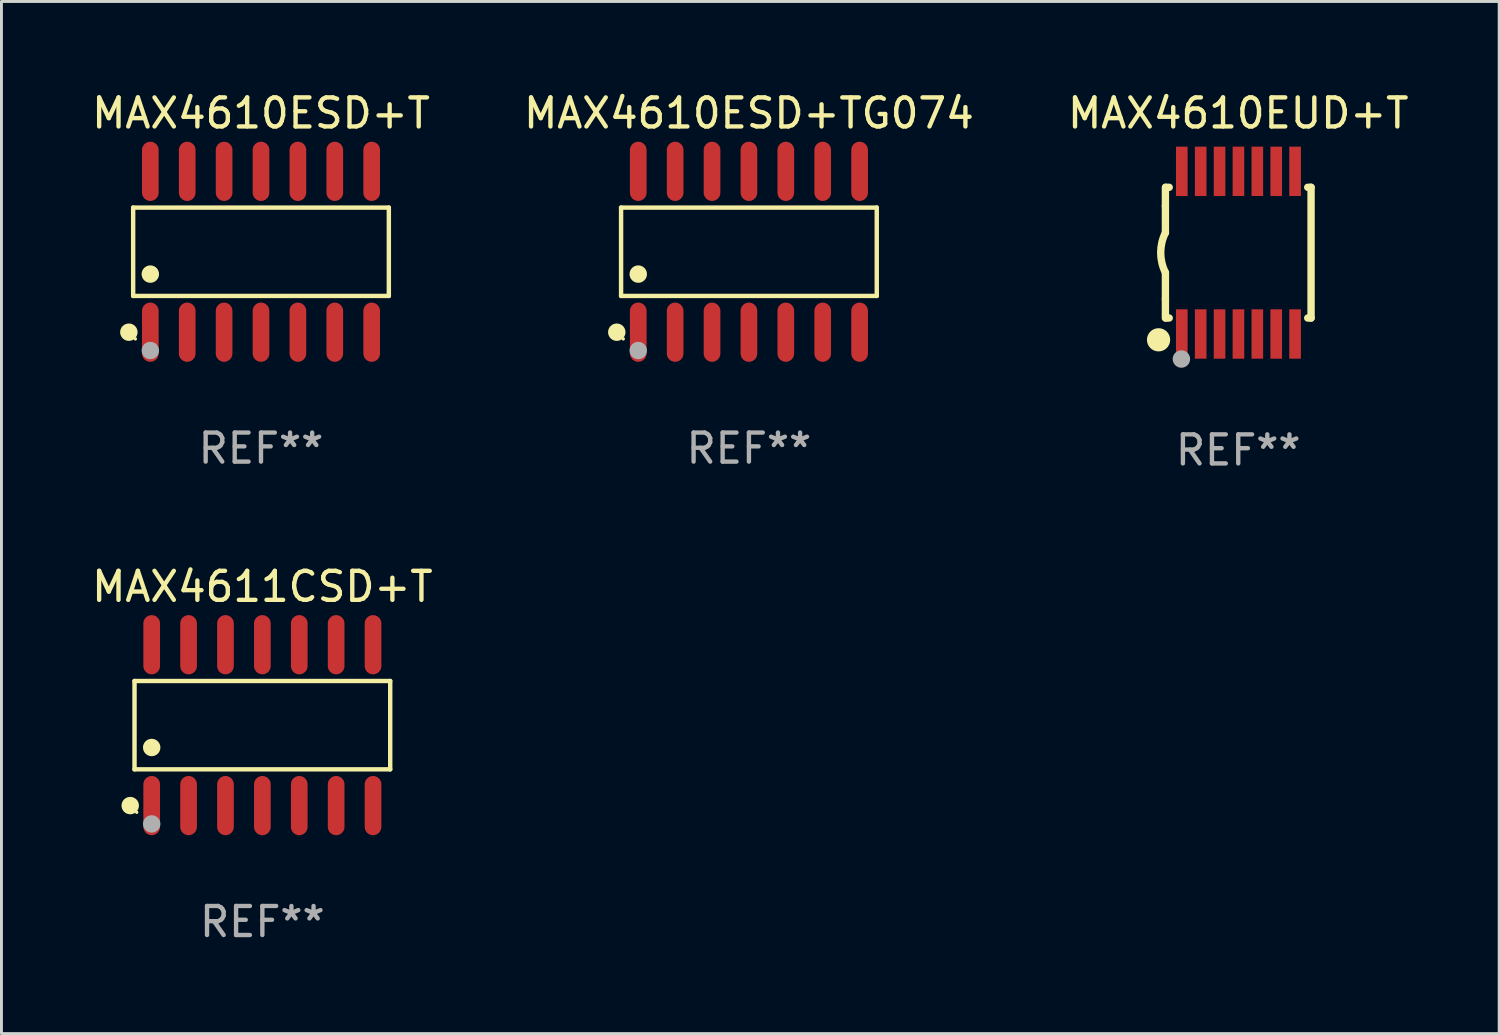
<source format=kicad_pcb>
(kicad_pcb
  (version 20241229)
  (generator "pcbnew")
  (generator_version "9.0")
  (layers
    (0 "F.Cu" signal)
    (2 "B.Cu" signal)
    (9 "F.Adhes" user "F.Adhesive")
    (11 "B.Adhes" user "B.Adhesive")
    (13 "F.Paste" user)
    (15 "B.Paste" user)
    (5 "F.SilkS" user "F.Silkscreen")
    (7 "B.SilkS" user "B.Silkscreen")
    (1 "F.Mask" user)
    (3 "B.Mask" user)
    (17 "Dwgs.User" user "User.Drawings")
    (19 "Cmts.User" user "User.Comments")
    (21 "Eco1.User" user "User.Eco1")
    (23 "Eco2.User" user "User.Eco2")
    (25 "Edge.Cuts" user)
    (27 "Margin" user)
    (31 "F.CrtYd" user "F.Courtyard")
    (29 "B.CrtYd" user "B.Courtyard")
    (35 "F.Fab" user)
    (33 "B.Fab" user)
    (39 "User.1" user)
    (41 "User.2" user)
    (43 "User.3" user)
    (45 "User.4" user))
  (footprint "MAX4610ESD+T"
    (layer "F.Cu")
    (at 5.935 5.617)
    (property "Reference" "MAX4610ESD+T" (at 0 -4.769 0) (layer "F.SilkS") (effects (font (size 1 1) (thickness 0.15))))
    (attr through_hole)
    (fp_line (start -4.401 -1.521) (end 4.401 -1.521) (stroke (width 0.152) (type solid)) (layer "F.SilkS"))
    (fp_line (start -4.401 1.521) (end -4.401 -1.521) (stroke (width 0.152) (type solid)) (layer "F.SilkS"))
    (fp_line (start 4.401 -1.521) (end 4.401 1.521) (stroke (width 0.152) (type solid)) (layer "F.SilkS"))
    (fp_line (start 4.401 1.521) (end -4.401 1.521) (stroke (width 0.152) (type solid)) (layer "F.SilkS"))
    (fp_circle (center -4.549 2.769) (end -4.399 2.769) (stroke (width 0.3) (type solid)) (fill no) (layer "F.SilkS"))
    (fp_circle (center -4.325 3) (end -4.295 3) (stroke (width 0.06) (type solid)) (fill no) (layer "F.SilkS"))
    (fp_circle (center -3.81 0.769) (end -3.66 0.769) (stroke (width 0.3) (type solid)) (fill no) (layer "F.SilkS"))
    (fp_circle (center -3.81 3.4) (end -3.66 3.4) (stroke (width 0.3) (type solid)) (fill no) (layer "F.Fab"))
    (fp_text user "REF**" (at 0 6.769 0) (layer "F.Fab") (effects (font (size 1 1) (thickness 0.15))))
    (pad "1" smd oval (at -3.81 2.769) (size 0.574 2.038) (layers "F.Cu" "F.Mask" "F.Paste"))
    (pad "2" smd oval (at -2.54 2.769) (size 0.574 2.038) (layers "F.Cu" "F.Mask" "F.Paste"))
    (pad "3" smd oval (at -1.27 2.769) (size 0.574 2.038) (layers "F.Cu" "F.Mask" "F.Paste"))
    (pad "4" smd oval (at 0 2.769) (size 0.574 2.038) (layers "F.Cu" "F.Mask" "F.Paste"))
    (pad "5" smd oval (at 1.27 2.769) (size 0.574 2.038) (layers "F.Cu" "F.Mask" "F.Paste"))
    (pad "6" smd oval (at 2.54 2.769) (size 0.574 2.038) (layers "F.Cu" "F.Mask" "F.Paste"))
    (pad "7" smd oval (at 3.81 2.769) (size 0.574 2.038) (layers "F.Cu" "F.Mask" "F.Paste"))
    (pad "8" smd oval (at 3.81 -2.769) (size 0.574 2.038) (layers "F.Cu" "F.Mask" "F.Paste"))
    (pad "9" smd oval (at 2.54 -2.769) (size 0.574 2.038) (layers "F.Cu" "F.Mask" "F.Paste"))
    (pad "10" smd oval (at 1.27 -2.769) (size 0.574 2.038) (layers "F.Cu" "F.Mask" "F.Paste"))
    (pad "11" smd oval (at 0 -2.769) (size 0.574 2.038) (layers "F.Cu" "F.Mask" "F.Paste"))
    (pad "12" smd oval (at -1.27 -2.769) (size 0.574 2.038) (layers "F.Cu" "F.Mask" "F.Paste"))
    (pad "13" smd oval (at -2.54 -2.769) (size 0.574 2.038) (layers "F.Cu" "F.Mask" "F.Paste"))
    (pad "14" smd oval (at -3.81 -2.769) (size 0.574 2.038) (layers "F.Cu" "F.Mask" "F.Paste")))
  (footprint "MAX4611CSD+T"
    (layer "F.Cu")
    (at 5.982 21.914)
    (property "Reference" "MAX4611CSD+T" (at 0 -4.769 0) (layer "F.SilkS") (effects (font (size 1 1) (thickness 0.15))))
    (attr through_hole)
    (fp_line (start -4.401 -1.521) (end 4.401 -1.521) (stroke (width 0.152) (type solid)) (layer "F.SilkS"))
    (fp_line (start -4.401 1.521) (end -4.401 -1.521) (stroke (width 0.152) (type solid)) (layer "F.SilkS"))
    (fp_line (start 4.401 -1.521) (end 4.401 1.521) (stroke (width 0.152) (type solid)) (layer "F.SilkS"))
    (fp_line (start 4.401 1.521) (end -4.401 1.521) (stroke (width 0.152) (type solid)) (layer "F.SilkS"))
    (fp_circle (center -4.549 2.769) (end -4.399 2.769) (stroke (width 0.3) (type solid)) (fill no) (layer "F.SilkS"))
    (fp_circle (center -4.325 3) (end -4.295 3) (stroke (width 0.06) (type solid)) (fill no) (layer "F.SilkS"))
    (fp_circle (center -3.81 0.769) (end -3.66 0.769) (stroke (width 0.3) (type solid)) (fill no) (layer "F.SilkS"))
    (fp_circle (center -3.81 3.4) (end -3.66 3.4) (stroke (width 0.3) (type solid)) (fill no) (layer "F.Fab"))
    (fp_text user "REF**" (at 0 6.769 0) (layer "F.Fab") (effects (font (size 1 1) (thickness 0.15))))
    (pad "1" smd oval (at -3.81 2.769) (size 0.574 2.038) (layers "F.Cu" "F.Mask" "F.Paste"))
    (pad "2" smd oval (at -2.54 2.769) (size 0.574 2.038) (layers "F.Cu" "F.Mask" "F.Paste"))
    (pad "3" smd oval (at -1.27 2.769) (size 0.574 2.038) (layers "F.Cu" "F.Mask" "F.Paste"))
    (pad "4" smd oval (at 0 2.769) (size 0.574 2.038) (layers "F.Cu" "F.Mask" "F.Paste"))
    (pad "5" smd oval (at 1.27 2.769) (size 0.574 2.038) (layers "F.Cu" "F.Mask" "F.Paste"))
    (pad "6" smd oval (at 2.54 2.769) (size 0.574 2.038) (layers "F.Cu" "F.Mask" "F.Paste"))
    (pad "7" smd oval (at 3.81 2.769) (size 0.574 2.038) (layers "F.Cu" "F.Mask" "F.Paste"))
    (pad "8" smd oval (at 3.81 -2.769) (size 0.574 2.038) (layers "F.Cu" "F.Mask" "F.Paste"))
    (pad "9" smd oval (at 2.54 -2.769) (size 0.574 2.038) (layers "F.Cu" "F.Mask" "F.Paste"))
    (pad "10" smd oval (at 1.27 -2.769) (size 0.574 2.038) (layers "F.Cu" "F.Mask" "F.Paste"))
    (pad "11" smd oval (at 0 -2.769) (size 0.574 2.038) (layers "F.Cu" "F.Mask" "F.Paste"))
    (pad "12" smd oval (at -1.27 -2.769) (size 0.574 2.038) (layers "F.Cu" "F.Mask" "F.Paste"))
    (pad "13" smd oval (at -2.54 -2.769) (size 0.574 2.038) (layers "F.Cu" "F.Mask" "F.Paste"))
    (pad "14" smd oval (at -3.81 -2.769) (size 0.574 2.038) (layers "F.Cu" "F.Mask" "F.Paste")))
  (footprint "MAX4610EUD+T"
    (layer "F.Cu")
    (at 39.577 5.648)
    (property "Reference" "MAX4610EUD+T" (at 0 -4.8 0) (layer "F.SilkS") (effects (font (size 1 1) (thickness 0.15))))
    (attr through_hole)
    (fp_line (start -2.507 -1.6) (end -2.507 -2.25) (stroke (width 0.254) (type solid)) (layer "F.SilkS"))
    (fp_line (start -2.507 -0.686) (end -2.507 -1.6) (stroke (width 0.254) (type solid)) (layer "F.SilkS"))
    (fp_line (start -2.507 1.6) (end -2.507 0.686) (stroke (width 0.254) (type solid)) (layer "F.SilkS"))
    (fp_line (start -2.507 1.6) (end -2.507 2.25) (stroke (width 0.254) (type solid)) (layer "F.SilkS"))
    (fp_line (start -2.493 -2.25) (end -2.377 -2.25) (stroke (width 0.254) (type solid)) (layer "F.SilkS"))
    (fp_line (start -2.377 2.25) (end -2.493 2.25) (stroke (width 0.254) (type solid)) (layer "F.SilkS"))
    (fp_line (start 2.392 -2.25) (end 2.507 -2.25) (stroke (width 0.254) (type solid)) (layer "F.SilkS"))
    (fp_line (start 2.507 -2.25) (end 2.507 2.25) (stroke (width 0.254) (type solid)) (layer "F.SilkS"))
    (fp_line (start 2.507 2.25) (end 2.392 2.25) (stroke (width 0.254) (type solid)) (layer "F.SilkS"))
    (fp_arc (start -2.507303 0.685802) (mid -2.669199 0) (end -2.507303 -0.685801) (stroke (width 0.254001) (type solid)) (layer "F.SilkS"))
    (fp_circle (center -2.743 3) (end -2.543 3) (stroke (width 0.4) (type solid)) (fill no) (layer "F.SilkS"))
    (fp_circle (center -2.493 3.2) (end -2.463 3.2) (stroke (width 0.06) (type solid)) (fill no) (layer "F.SilkS"))
    (fp_circle (center -1.957 3.662) (end -1.807 3.662) (stroke (width 0.3) (type solid)) (fill no) (layer "F.Fab"))
    (fp_text user "REF**" (at 0 6.8 0) (layer "F.Fab") (effects (font (size 1 1) (thickness 0.15))))
    (pad "1" smd rect (at -1.943 2.8) (size 0.4 1.7) (layers "F.Cu" "F.Mask" "F.Paste"))
    (pad "2" smd rect (at -1.293 2.8) (size 0.4 1.7) (layers "F.Cu" "F.Mask" "F.Paste"))
    (pad "3" smd rect (at -0.643 2.8) (size 0.4 1.7) (layers "F.Cu" "F.Mask" "F.Paste"))
    (pad "4" smd rect (at 0.007 2.8) (size 0.4 1.7) (layers "F.Cu" "F.Mask" "F.Paste"))
    (pad "5" smd rect (at 0.657 2.8) (size 0.4 1.7) (layers "F.Cu" "F.Mask" "F.Paste"))
    (pad "6" smd rect (at 1.307 2.8) (size 0.4 1.7) (layers "F.Cu" "F.Mask" "F.Paste"))
    (pad "7" smd rect (at 1.957 2.8) (size 0.4 1.7) (layers "F.Cu" "F.Mask" "F.Paste"))
    (pad "8" smd rect (at 1.957 -2.8) (size 0.4 1.7) (layers "F.Cu" "F.Mask" "F.Paste"))
    (pad "9" smd rect (at 1.307 -2.8) (size 0.4 1.7) (layers "F.Cu" "F.Mask" "F.Paste"))
    (pad "10" smd rect (at 0.657 -2.8) (size 0.4 1.7) (layers "F.Cu" "F.Mask" "F.Paste"))
    (pad "11" smd rect (at 0.007 -2.8) (size 0.4 1.7) (layers "F.Cu" "F.Mask" "F.Paste"))
    (pad "12" smd rect (at -0.643 -2.8) (size 0.4 1.7) (layers "F.Cu" "F.Mask" "F.Paste"))
    (pad "13" smd rect (at -1.293 -2.8) (size 0.4 1.7) (layers "F.Cu" "F.Mask" "F.Paste"))
    (pad "14" smd rect (at -1.943 -2.8) (size 0.4 1.7) (layers "F.Cu" "F.Mask" "F.Paste")))
  (footprint "MAX4610ESD+TG074"
    (layer "F.Cu")
    (at 22.732 5.617)
    (property "Reference" "MAX4610ESD+TG074" (at 0 -4.769 0) (layer "F.SilkS") (effects (font (size 1 1) (thickness 0.15))))
    (attr through_hole)
    (fp_line (start -4.401 -1.521) (end 4.401 -1.521) (stroke (width 0.152) (type solid)) (layer "F.SilkS"))
    (fp_line (start -4.401 1.521) (end -4.401 -1.521) (stroke (width 0.152) (type solid)) (layer "F.SilkS"))
    (fp_line (start 4.401 -1.521) (end 4.401 1.521) (stroke (width 0.152) (type solid)) (layer "F.SilkS"))
    (fp_line (start 4.401 1.521) (end -4.401 1.521) (stroke (width 0.152) (type solid)) (layer "F.SilkS"))
    (fp_circle (center -4.549 2.769) (end -4.399 2.769) (stroke (width 0.3) (type solid)) (fill no) (layer "F.SilkS"))
    (fp_circle (center -4.325 3) (end -4.295 3) (stroke (width 0.06) (type solid)) (fill no) (layer "F.SilkS"))
    (fp_circle (center -3.81 0.769) (end -3.66 0.769) (stroke (width 0.3) (type solid)) (fill no) (layer "F.SilkS"))
    (fp_circle (center -3.81 3.4) (end -3.66 3.4) (stroke (width 0.3) (type solid)) (fill no) (layer "F.Fab"))
    (fp_text user "REF**" (at 0 6.769 0) (layer "F.Fab") (effects (font (size 1 1) (thickness 0.15))))
    (pad "1" smd oval (at -3.81 2.769) (size 0.574 2.038) (layers "F.Cu" "F.Mask" "F.Paste"))
    (pad "2" smd oval (at -2.54 2.769) (size 0.574 2.038) (layers "F.Cu" "F.Mask" "F.Paste"))
    (pad "3" smd oval (at -1.27 2.769) (size 0.574 2.038) (layers "F.Cu" "F.Mask" "F.Paste"))
    (pad "4" smd oval (at 0 2.769) (size 0.574 2.038) (layers "F.Cu" "F.Mask" "F.Paste"))
    (pad "5" smd oval (at 1.27 2.769) (size 0.574 2.038) (layers "F.Cu" "F.Mask" "F.Paste"))
    (pad "6" smd oval (at 2.54 2.769) (size 0.574 2.038) (layers "F.Cu" "F.Mask" "F.Paste"))
    (pad "7" smd oval (at 3.81 2.769) (size 0.574 2.038) (layers "F.Cu" "F.Mask" "F.Paste"))
    (pad "8" smd oval (at 3.81 -2.769) (size 0.574 2.038) (layers "F.Cu" "F.Mask" "F.Paste"))
    (pad "9" smd oval (at 2.54 -2.769) (size 0.574 2.038) (layers "F.Cu" "F.Mask" "F.Paste"))
    (pad "10" smd oval (at 1.27 -2.769) (size 0.574 2.038) (layers "F.Cu" "F.Mask" "F.Paste"))
    (pad "11" smd oval (at 0 -2.769) (size 0.574 2.038) (layers "F.Cu" "F.Mask" "F.Paste"))
    (pad "12" smd oval (at -1.27 -2.769) (size 0.574 2.038) (layers "F.Cu" "F.Mask" "F.Paste"))
    (pad "13" smd oval (at -2.54 -2.769) (size 0.574 2.038) (layers "F.Cu" "F.Mask" "F.Paste"))
    (pad "14" smd oval (at -3.81 -2.769) (size 0.574 2.038) (layers "F.Cu" "F.Mask" "F.Paste")))
  (gr_rect
    (start -3 -3)
    (end 48.56 32.531)
    (stroke (width 0.1) (type default))
    (fill no)
    (layer "Edge.Cuts")))
</source>
